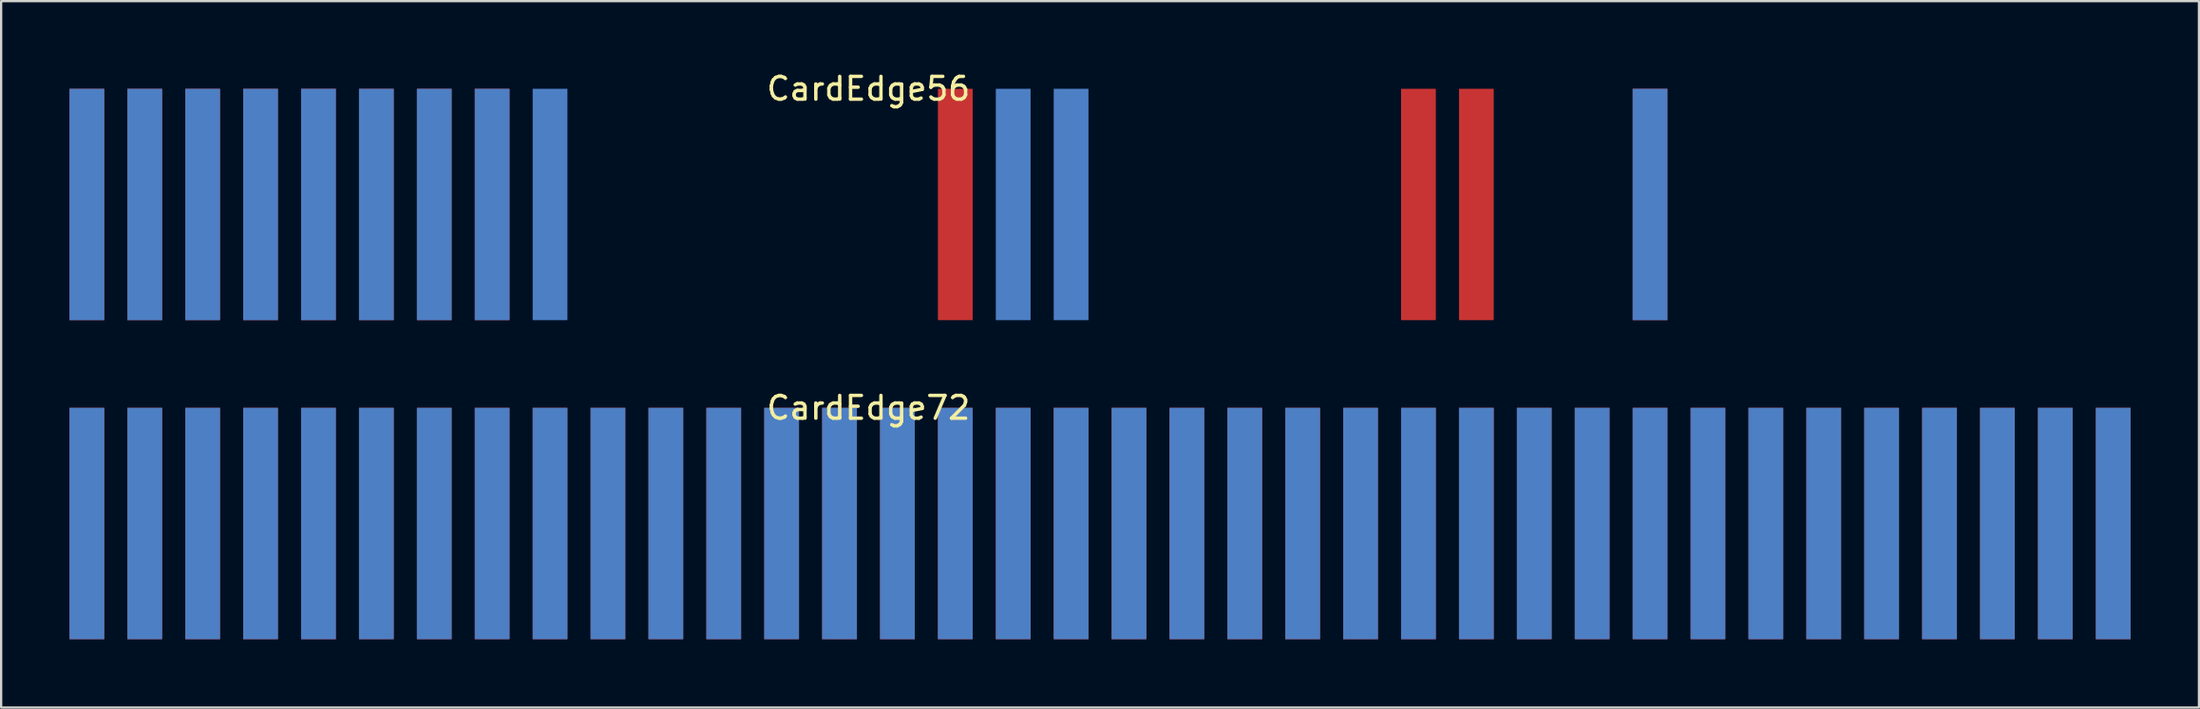
<source format=kicad_pcb>
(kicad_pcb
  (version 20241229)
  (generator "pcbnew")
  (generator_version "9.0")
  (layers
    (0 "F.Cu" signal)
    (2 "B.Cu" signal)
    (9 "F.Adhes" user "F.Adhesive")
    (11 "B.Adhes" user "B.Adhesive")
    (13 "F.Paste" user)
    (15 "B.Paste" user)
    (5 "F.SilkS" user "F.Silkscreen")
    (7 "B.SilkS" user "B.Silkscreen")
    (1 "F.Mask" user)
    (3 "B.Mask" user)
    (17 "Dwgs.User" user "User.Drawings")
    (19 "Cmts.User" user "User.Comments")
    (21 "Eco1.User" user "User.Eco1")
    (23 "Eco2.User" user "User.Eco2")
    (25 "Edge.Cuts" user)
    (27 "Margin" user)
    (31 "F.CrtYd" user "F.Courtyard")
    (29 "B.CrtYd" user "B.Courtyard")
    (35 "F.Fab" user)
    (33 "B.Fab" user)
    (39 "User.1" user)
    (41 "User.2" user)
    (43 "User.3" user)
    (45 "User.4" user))
  (footprint "CardEdge72"
    (layer "F.Cu")
    (at 46.482 14.857)
    (property "Reference" "CardEdge72" (at -11.43 0 0) (layer "F.SilkS") (effects (font (size 1 1) (thickness 0.15))))
    (attr through_hole)
    (pad "1" connect rect (at -45.72 5.08) (size 1.524 10.16) (layers "B.Cu" "B.Mask"))
    (pad "2" connect rect (at -45.72 5.08) (size 1.524 10.16) (layers "F.Cu" "F.Mask"))
    (pad "3" connect rect (at -43.18 5.08) (size 1.524 10.16) (layers "B.Cu" "B.Mask"))
    (pad "4" connect rect (at -43.18 5.08) (size 1.524 10.16) (layers "F.Cu" "F.Mask"))
    (pad "5" connect rect (at -40.64 5.08) (size 1.524 10.16) (layers "B.Cu" "B.Mask"))
    (pad "6" connect rect (at -40.64 5.08) (size 1.524 10.16) (layers "F.Cu" "F.Mask"))
    (pad "7" connect rect (at -38.1 5.08) (size 1.524 10.16) (layers "B.Cu" "B.Mask"))
    (pad "8" connect rect (at -38.1 5.08) (size 1.524 10.16) (layers "F.Cu" "F.Mask"))
    (pad "9" connect rect (at -35.56 5.08) (size 1.524 10.16) (layers "B.Cu" "B.Mask"))
    (pad "10" connect rect (at -35.56 5.08) (size 1.524 10.16) (layers "F.Cu" "F.Mask"))
    (pad "11" connect rect (at -33.02 5.08) (size 1.524 10.16) (layers "B.Cu" "B.Mask"))
    (pad "12" connect rect (at -33.02 5.08) (size 1.524 10.16) (layers "F.Cu" "F.Mask"))
    (pad "13" connect rect (at -30.48 5.08) (size 1.524 10.16) (layers "B.Cu" "B.Mask"))
    (pad "14" connect rect (at -30.48 5.08) (size 1.524 10.16) (layers "F.Cu" "F.Mask"))
    (pad "15" connect rect (at -27.94 5.08) (size 1.524 10.16) (layers "B.Cu" "B.Mask"))
    (pad "16" connect rect (at -27.94 5.08) (size 1.524 10.16) (layers "F.Cu" "F.Mask"))
    (pad "17" connect rect (at -25.4 5.08) (size 1.524 10.16) (layers "B.Cu" "B.Mask"))
    (pad "18" connect rect (at -25.4 5.08) (size 1.524 10.16) (layers "F.Cu" "F.Mask"))
    (pad "19" connect rect (at -22.86 5.08) (size 1.524 10.16) (layers "B.Cu" "B.Mask"))
    (pad "20" connect rect (at -22.86 5.08) (size 1.524 10.16) (layers "F.Cu" "F.Mask"))
    (pad "21" connect rect (at -20.32 5.08) (size 1.524 10.16) (layers "B.Cu" "B.Mask"))
    (pad "22" connect rect (at -20.32 5.08) (size 1.524 10.16) (layers "F.Cu" "F.Mask"))
    (pad "23" connect rect (at -17.78 5.08) (size 1.524 10.16) (layers "B.Cu" "B.Mask"))
    (pad "24" connect rect (at -17.78 5.08) (size 1.524 10.16) (layers "F.Cu" "F.Mask"))
    (pad "25" connect rect (at -15.24 5.08) (size 1.524 10.16) (layers "B.Cu" "B.Mask"))
    (pad "26" connect rect (at -15.24 5.08) (size 1.524 10.16) (layers "F.Cu" "F.Mask"))
    (pad "27" connect rect (at -12.7 5.08) (size 1.524 10.16) (layers "B.Cu" "B.Mask"))
    (pad "28" connect rect (at -12.7 5.08) (size 1.524 10.16) (layers "F.Cu" "F.Mask"))
    (pad "29" connect rect (at -10.16 5.08) (size 1.524 10.16) (layers "B.Cu" "B.Mask"))
    (pad "30" connect rect (at -10.16 5.08) (size 1.524 10.16) (layers "F.Cu" "F.Mask"))
    (pad "31" connect rect (at -7.62 5.08) (size 1.524 10.16) (layers "B.Cu" "B.Mask"))
    (pad "32" connect rect (at -7.62 5.08) (size 1.524 10.16) (layers "F.Cu" "F.Mask"))
    (pad "33" connect rect (at -5.08 5.08) (size 1.524 10.16) (layers "B.Cu" "B.Mask"))
    (pad "34" connect rect (at -5.08 5.08) (size 1.524 10.16) (layers "F.Cu" "F.Mask"))
    (pad "35" connect rect (at -2.54 5.08) (size 1.524 10.16) (layers "B.Cu" "B.Mask"))
    (pad "36" connect rect (at -2.54 5.08) (size 1.524 10.16) (layers "F.Cu" "F.Mask"))
    (pad "37" connect rect (at 0 5.08) (size 1.524 10.16) (layers "B.Cu" "B.Mask"))
    (pad "38" connect rect (at 0 5.08) (size 1.524 10.16) (layers "F.Cu" "F.Mask"))
    (pad "39" connect rect (at 2.54 5.08) (size 1.524 10.16) (layers "B.Cu" "B.Mask"))
    (pad "40" connect rect (at 2.54 5.08) (size 1.524 10.16) (layers "F.Cu" "F.Mask"))
    (pad "41" connect rect (at 5.08 5.08) (size 1.524 10.16) (layers "B.Cu" "B.Mask"))
    (pad "42" connect rect (at 5.08 5.08) (size 1.524 10.16) (layers "F.Cu" "F.Mask"))
    (pad "43" connect rect (at 7.62 5.08) (size 1.524 10.16) (layers "B.Cu" "B.Mask"))
    (pad "44" connect rect (at 7.62 5.08) (size 1.524 10.16) (layers "F.Cu" "F.Mask"))
    (pad "45" connect rect (at 10.16 5.08) (size 1.524 10.16) (layers "B.Cu" "B.Mask"))
    (pad "46" connect rect (at 10.16 5.08) (size 1.524 10.16) (layers "F.Cu" "F.Mask"))
    (pad "47" connect rect (at 12.7 5.08) (size 1.524 10.16) (layers "B.Cu" "B.Mask"))
    (pad "48" connect rect (at 12.7 5.08) (size 1.524 10.16) (layers "F.Cu" "F.Mask"))
    (pad "49" connect rect (at 15.24 5.08) (size 1.524 10.16) (layers "B.Cu" "B.Mask"))
    (pad "50" connect rect (at 15.24 5.08) (size 1.524 10.16) (layers "F.Cu" "F.Mask"))
    (pad "51" connect rect (at 17.78 5.08) (size 1.524 10.16) (layers "B.Cu" "B.Mask"))
    (pad "52" connect rect (at 17.78 5.08) (size 1.524 10.16) (layers "F.Cu" "F.Mask"))
    (pad "53" connect rect (at 20.32 5.08) (size 1.524 10.16) (layers "B.Cu" "B.Mask"))
    (pad "54" connect rect (at 20.32 5.08) (size 1.524 10.16) (layers "F.Cu" "F.Mask"))
    (pad "55" connect rect (at 22.86 5.08) (size 1.524 10.16) (layers "B.Cu" "B.Mask"))
    (pad "56" connect rect (at 22.86 5.08) (size 1.524 10.16) (layers "F.Cu" "F.Mask"))
    (pad "57" connect rect (at 25.4 5.08) (size 1.524 10.16) (layers "B.Cu" "B.Mask"))
    (pad "58" connect rect (at 25.4 5.08) (size 1.524 10.16) (layers "F.Cu" "F.Mask"))
    (pad "59" connect rect (at 27.94 5.08) (size 1.524 10.16) (layers "B.Cu" "B.Mask"))
    (pad "60" connect rect (at 27.94 5.08) (size 1.524 10.16) (layers "F.Cu" "F.Mask"))
    (pad "61" connect rect (at 30.48 5.08) (size 1.524 10.16) (layers "B.Cu" "B.Mask"))
    (pad "62" connect rect (at 30.48 5.08) (size 1.524 10.16) (layers "F.Cu" "F.Mask"))
    (pad "63" connect rect (at 33.02 5.08) (size 1.524 10.16) (layers "B.Cu" "B.Mask"))
    (pad "64" connect rect (at 33.02 5.08) (size 1.524 10.16) (layers "F.Cu" "F.Mask"))
    (pad "65" connect rect (at 35.56 5.08) (size 1.524 10.16) (layers "B.Cu" "B.Mask"))
    (pad "66" connect rect (at 35.56 5.08) (size 1.524 10.16) (layers "F.Cu" "F.Mask"))
    (pad "67" connect rect (at 38.1 5.08) (size 1.524 10.16) (layers "B.Cu" "B.Mask"))
    (pad "68" connect rect (at 38.1 5.08) (size 1.524 10.16) (layers "F.Cu" "F.Mask"))
    (pad "69" connect rect (at 40.64 5.08) (size 1.524 10.16) (layers "B.Cu" "B.Mask"))
    (pad "70" connect rect (at 40.64 5.08) (size 1.524 10.16) (layers "F.Cu" "F.Mask"))
    (pad "71" connect rect (at 43.18 5.08) (size 1.524 10.16) (layers "B.Cu" "B.Mask"))
    (pad "72" connect rect (at 43.18 5.08) (size 1.524 10.16) (layers "F.Cu" "F.Mask")))
  (footprint "CardEdge56"
    (layer "F.Cu")
    (at 33.782 0.848)
    (property "Reference" "CardEdge56" (at 1.27 0 0) (layer "F.SilkS") (effects (font (size 1 1) (thickness 0.15))))
    (attr through_hole)
    (pad "1" connect rect (at -33.02 5.08) (size 1.524 10.16) (layers "B.Cu"))
    (pad "2" connect rect (at -33.02 5.08) (size 1.524 10.16) (layers "F.Cu"))
    (pad "3" connect rect (at -30.48 5.08) (size 1.524 10.16) (layers "B.Cu"))
    (pad "4" connect rect (at -30.48 5.08) (size 1.524 10.16) (layers "F.Cu"))
    (pad "5" connect rect (at -27.94 5.08) (size 1.524 10.16) (layers "B.Cu"))
    (pad "6" connect rect (at -27.94 5.08) (size 1.524 10.16) (layers "F.Cu"))
    (pad "7" connect rect (at -25.4 5.08) (size 1.524 10.16) (layers "B.Cu"))
    (pad "8" connect rect (at -25.4 5.08) (size 1.524 10.16) (layers "F.Cu"))
    (pad "9" connect rect (at -22.86 5.08) (size 1.524 10.16) (layers "B.Cu"))
    (pad "10" connect rect (at -22.86 5.08) (size 1.524 10.16) (layers "F.Cu"))
    (pad "11" connect rect (at -20.32 5.08) (size 1.524 10.16) (layers "B.Cu"))
    (pad "12" connect rect (at -20.32 5.08) (size 1.524 10.16) (layers "F.Cu"))
    (pad "13" connect rect (at -17.78 5.08) (size 1.524 10.16) (layers "B.Cu"))
    (pad "14" connect rect (at -17.78 5.08) (size 1.524 10.16) (layers "F.Cu"))
    (pad "15" connect rect (at -15.24 5.08) (size 1.524 10.16) (layers "B.Cu"))
    (pad "16" connect rect (at -15.24 5.08) (size 1.524 10.16) (layers "F.Cu"))
    (pad "17" connect rect (at -12.7 5.08) (size 1.524 10.16) (layers "B.Cu"))
    (pad "32" connect rect (at 5.08 5.08) (size 1.524 10.16) (layers "F.Cu"))
    (pad "33" connect rect (at 7.62 5.08) (size 1.524 10.16) (layers "B.Cu"))
    (pad "35" connect rect (at 10.16 5.08) (size 1.524 10.16) (layers "B.Cu"))
    (pad "48" connect rect (at 25.4 5.08) (size 1.524 10.16) (layers "F.Cu"))
    (pad "50" connect rect (at 27.94 5.08) (size 1.524 10.16) (layers "F.Cu"))
    (pad "55" connect rect (at 35.56 5.08) (size 1.524 10.16) (layers "B.Cu"))
    (pad "56" connect rect (at 35.56 5.08) (size 1.524 10.16) (layers "F.Cu")))
  (gr_rect
    (start -3 -3)
    (end 93.424 28.017)
    (stroke (width 0.1) (type default))
    (fill no)
    (layer "Edge.Cuts")))
</source>
